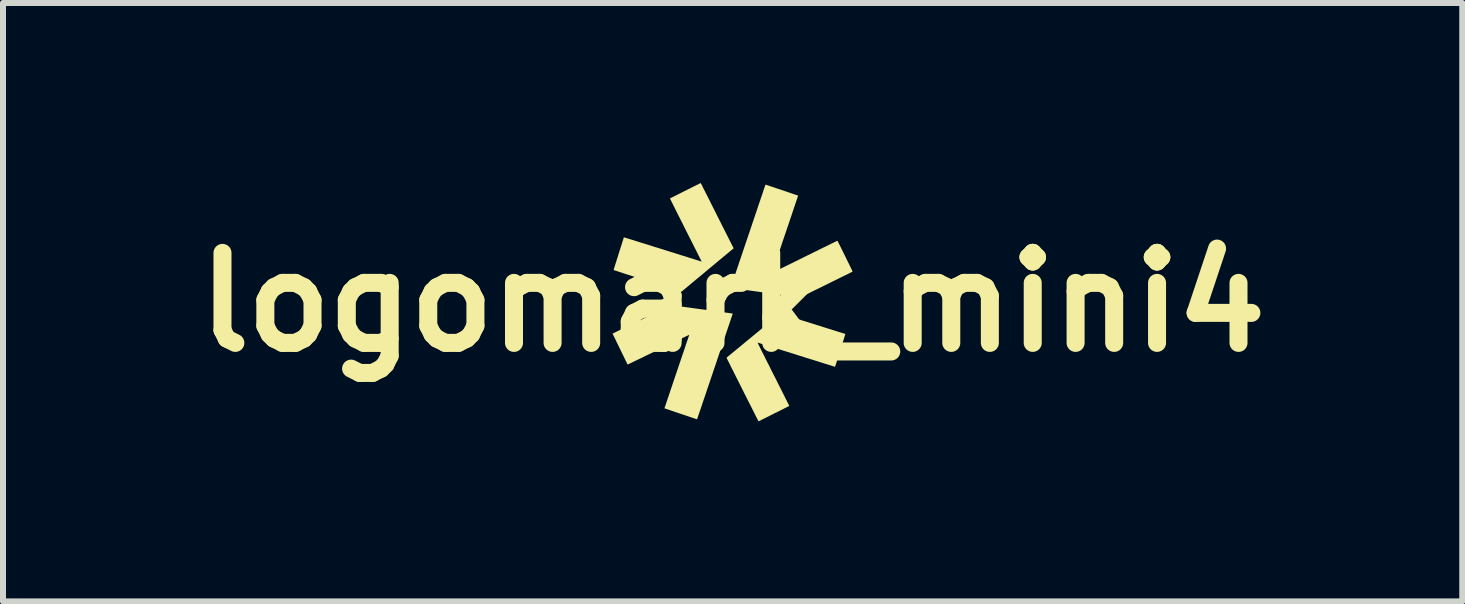
<source format=kicad_pcb>
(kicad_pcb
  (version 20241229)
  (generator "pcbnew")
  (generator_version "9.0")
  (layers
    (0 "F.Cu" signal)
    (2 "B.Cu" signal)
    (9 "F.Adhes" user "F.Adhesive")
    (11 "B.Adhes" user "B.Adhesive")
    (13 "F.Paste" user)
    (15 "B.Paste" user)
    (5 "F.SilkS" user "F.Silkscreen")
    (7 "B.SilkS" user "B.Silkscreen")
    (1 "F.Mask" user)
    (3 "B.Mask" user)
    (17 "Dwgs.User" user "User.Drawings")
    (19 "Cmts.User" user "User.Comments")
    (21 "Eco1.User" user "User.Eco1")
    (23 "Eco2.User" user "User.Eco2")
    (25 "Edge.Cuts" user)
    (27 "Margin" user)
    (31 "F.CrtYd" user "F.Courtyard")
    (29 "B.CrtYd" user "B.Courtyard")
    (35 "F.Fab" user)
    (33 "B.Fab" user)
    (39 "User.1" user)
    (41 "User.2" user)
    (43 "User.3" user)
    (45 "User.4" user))
  (footprint "logomark_mini4"
    (layer "F.Cu")
    (at 9.157 1.985)
    (property "Reference" "logomark_mini4" (at 0 0 0) (layer "F.SilkS") (effects (font (size 1.5 1.5) (thickness 0.3))))
    (attr board_only exclude_from_pos_files exclude_from_bom)
    (fp_poly (pts (xy -0.53 -1.983) (xy -0.528 -1.978) (xy -0.524 -1.97) (xy -0.518 -1.96) (xy -0.511 -1.946) (xy -0.503 -1.929) (xy -0.494 -1.91) (xy -0.483 -1.889) (xy -0.471 -1.865) (xy -0.458 -1.84) (xy -0.444 -1.812) (xy -0.429 -1.782) (xy -0.413 -1.751) (xy -0.396 -1.718) (xy -0.379 -1.683) (xy -0.361 -1.647) (xy -0.342 -1.61) (xy -0.323 -1.572) (xy -0.303 -1.532) (xy -0.288 -1.503) (xy -0.268 -1.462) (xy -0.248 -1.422) (xy -0.228 -1.383) (xy -0.208 -1.344) (xy -0.189 -1.306) (xy -0.171 -1.269) (xy -0.153 -1.234) (xy -0.136 -1.2) (xy -0.119 -1.167) (xy -0.104 -1.137) (xy -0.089 -1.108) (xy -0.076 -1.081) (xy -0.063 -1.056) (xy -0.052 -1.034) (xy -0.042 -1.014) (xy -0.033 -0.997) (xy -0.026 -0.982) (xy -0.02 -0.971) (xy -0.016 -0.962) (xy -0.015 -0.96) (xy 0.017 -0.898) (xy -0.415 -0.539) (xy -0.45 -0.51) (xy -0.484 -0.481) (xy -0.517 -0.453) (xy -0.55 -0.426) (xy -0.582 -0.4) (xy -0.612 -0.375) (xy -0.641 -0.351) (xy -0.669 -0.328) (xy -0.695 -0.306) (xy -0.719 -0.286) (xy -0.742 -0.267) (xy -0.763 -0.249) (xy -0.782 -0.233) (xy -0.799 -0.219) (xy -0.814 -0.207) (xy -0.826 -0.197) (xy -0.836 -0.188) (xy -0.844 -0.182) (xy -0.848 -0.178) (xy -0.851 -0.176) (xy -0.851 -0.176) (xy -0.855 -0.172) (xy -1.419 -0.353) (xy -1.464 -0.368) (xy -1.507 -0.382) (xy -1.55 -0.395) (xy -1.591 -0.409) (xy -1.631 -0.421) (xy -1.67 -0.434) (xy -1.707 -0.446) (xy -1.742 -0.457) (xy -1.776 -0.468) (xy -1.807 -0.478) (xy -1.836 -0.488) (xy -1.863 -0.497) (xy -1.888 -0.505) (xy -1.91 -0.512) (xy -1.93 -0.518) (xy -1.946 -0.524) (xy -1.96 -0.528) (xy -1.971 -0.532) (xy -1.978 -0.534) (xy -1.982 -0.536) (xy -1.983 -0.536) (xy -1.983 -0.538) (xy -1.981 -0.544) (xy -1.979 -0.552) (xy -1.975 -0.563) (xy -1.971 -0.577) (xy -1.966 -0.594) (xy -1.96 -0.612) (xy -1.954 -0.632) (xy -1.947 -0.654) (xy -1.939 -0.678) (xy -1.932 -0.702) (xy -1.924 -0.728) (xy -1.915 -0.754) (xy -1.907 -0.781) (xy -1.899 -0.808) (xy -1.89 -0.835) (xy -1.882 -0.861) (xy -1.873 -0.888) (xy -1.865 -0.913) (xy -1.857 -0.938) (xy -1.85 -0.961) (xy -1.843 -0.983) (xy -1.837 -1.004) (xy -1.831 -1.022) (xy -1.825 -1.039) (xy -1.821 -1.053) (xy -1.817 -1.064) (xy -1.814 -1.073) (xy -1.813 -1.079) (xy -1.812 -1.081) (xy -1.812 -1.081) (xy -1.81 -1.08) (xy -1.805 -1.079) (xy -1.796 -1.076) (xy -1.785 -1.073) (xy -1.77 -1.068) (xy -1.753 -1.063) (xy -1.733 -1.057) (xy -1.71 -1.05) (xy -1.685 -1.042) (xy -1.658 -1.034) (xy -1.629 -1.025) (xy -1.599 -1.015) (xy -1.566 -1.005) (xy -1.532 -0.994) (xy -1.496 -0.983) (xy -1.459 -0.972) (xy -1.421 -0.96) (xy -1.382 -0.948) (xy -1.342 -0.935) (xy -1.302 -0.922) (xy -1.261 -0.91) (xy -1.219 -0.897) (xy -1.178 -0.884) (xy -1.136 -0.871) (xy -1.095 -0.858) (xy -1.054 -0.845) (xy -1.013 -0.832) (xy -0.972 -0.82) (xy -0.933 -0.807) (xy -0.894 -0.795) (xy -0.857 -0.783) (xy -0.82 -0.772) (xy -0.785 -0.761) (xy -0.751 -0.75) (xy -0.719 -0.74) (xy -0.689 -0.731) (xy -0.66 -0.722) (xy -0.634 -0.713) (xy -0.61 -0.706) (xy -0.588 -0.699) (xy -0.569 -0.693) (xy -0.553 -0.688) (xy -0.539 -0.683) (xy -0.529 -0.68) (xy -0.521 -0.678) (xy -0.517 -0.676) (xy -0.517 -0.678) (xy -0.519 -0.682) (xy -0.522 -0.689) (xy -0.527 -0.698) (xy -0.532 -0.708) (xy -0.538 -0.721) (xy -0.541 -0.726) (xy -0.546 -0.736) (xy -0.552 -0.749) (xy -0.56 -0.764) (xy -0.569 -0.782) (xy -0.579 -0.802) (xy -0.59 -0.824) (xy -0.602 -0.848) (xy -0.615 -0.874) (xy -0.629 -0.901) (xy -0.644 -0.93) (xy -0.659 -0.961) (xy -0.675 -0.992) (xy -0.691 -1.025) (xy -0.708 -1.058) (xy -0.726 -1.093) (xy -0.743 -1.127) (xy -0.761 -1.163) (xy -0.779 -1.198) (xy -0.797 -1.234) (xy -0.814 -1.269) (xy -0.832 -1.305) (xy -0.85 -1.34) (xy -0.867 -1.374) (xy -0.884 -1.408) (xy -0.901 -1.441) (xy -0.917 -1.473) (xy -0.932 -1.503) (xy -0.947 -1.533) (xy -0.961 -1.561) (xy -0.974 -1.587) (xy -0.987 -1.612) (xy -0.998 -1.635) (xy -1.008 -1.655) (xy -1.017 -1.674) (xy -1.025 -1.69) (xy -1.032 -1.703) (xy -1.037 -1.714) (xy -1.041 -1.722) (xy -1.044 -1.727) (xy -1.045 -1.728) (xy -1.043 -1.729) (xy -1.038 -1.732) (xy -1.03 -1.736) (xy -1.019 -1.742) (xy -1.006 -1.748) (xy -0.991 -1.756) (xy -0.974 -1.764) (xy -0.955 -1.774) (xy -0.934 -1.784) (xy -0.912 -1.795) (xy -0.889 -1.807) (xy -0.865 -1.819) (xy -0.841 -1.831) (xy -0.816 -1.844) (xy -0.79 -1.856) (xy -0.765 -1.869) (xy -0.74 -1.882) (xy -0.715 -1.894) (xy -0.691 -1.906) (xy -0.668 -1.918) (xy -0.646 -1.929) (xy -0.625 -1.939) (xy -0.606 -1.949) (xy -0.588 -1.957) (xy -0.572 -1.965) (xy -0.559 -1.972) (xy -0.548 -1.977) (xy -0.539 -1.981) (xy -0.534 -1.984) (xy -0.531 -1.985) (xy -0.531 -1.985)) (stroke (width 0) (type solid)) (fill yes) (layer "F.SilkS"))
    (fp_poly (pts (xy 0.799 0.192) (xy 0.805 0.193) (xy 0.814 0.196) (xy 0.826 0.2) (xy 0.84 0.204) (xy 0.858 0.21) (xy 0.878 0.216) (xy 0.901 0.223) (xy 0.925 0.231) (xy 0.952 0.239) (xy 0.98 0.248) (xy 1.011 0.257) (xy 1.042 0.267) (xy 1.076 0.278) (xy 1.11 0.288) (xy 1.145 0.3) (xy 1.181 0.311) (xy 1.218 0.322) (xy 1.256 0.334) (xy 1.294 0.346) (xy 1.332 0.358) (xy 1.37 0.37) (xy 1.407 0.382) (xy 1.445 0.393) (xy 1.482 0.405) (xy 1.518 0.417) (xy 1.554 0.428) (xy 1.589 0.439) (xy 1.622 0.449) (xy 1.654 0.459) (xy 1.685 0.469) (xy 1.714 0.478) (xy 1.741 0.487) (xy 1.767 0.495) (xy 1.79 0.502) (xy 1.81 0.508) (xy 1.829 0.514) (xy 1.844 0.519) (xy 1.857 0.523) (xy 1.867 0.526) (xy 1.874 0.528) (xy 1.877 0.53) (xy 1.877 0.53) (xy 1.877 0.532) (xy 1.876 0.537) (xy 1.873 0.545) (xy 1.87 0.556) (xy 1.866 0.57) (xy 1.861 0.586) (xy 1.855 0.605) (xy 1.849 0.625) (xy 1.842 0.647) (xy 1.835 0.67) (xy 1.828 0.695) (xy 1.82 0.72) (xy 1.811 0.746) (xy 1.803 0.773) (xy 1.795 0.8) (xy 1.786 0.827) (xy 1.778 0.854) (xy 1.769 0.88) (xy 1.761 0.906) (xy 1.754 0.931) (xy 1.746 0.954) (xy 1.739 0.977) (xy 1.732 0.997) (xy 1.726 1.016) (xy 1.721 1.033) (xy 1.716 1.047) (xy 1.712 1.059) (xy 1.709 1.068) (xy 1.707 1.074) (xy 1.706 1.076) (xy 1.706 1.076) (xy 1.704 1.076) (xy 1.699 1.074) (xy 1.69 1.072) (xy 1.678 1.068) (xy 1.663 1.063) (xy 1.646 1.058) (xy 1.625 1.051) (xy 1.602 1.044) (xy 1.576 1.036) (xy 1.548 1.027) (xy 1.517 1.018) (xy 1.484 1.007) (xy 1.449 0.996) (xy 1.413 0.985) (xy 1.374 0.973) (xy 1.334 0.96) (xy 1.292 0.947) (xy 1.249 0.934) (xy 1.204 0.92) (xy 1.159 0.905) (xy 1.112 0.891) (xy 1.064 0.876) (xy 1.06 0.874) (xy 1.012 0.859) (xy 0.965 0.844) (xy 0.92 0.83) (xy 0.875 0.816) (xy 0.832 0.803) (xy 0.79 0.789) (xy 0.749 0.777) (xy 0.711 0.765) (xy 0.674 0.753) (xy 0.639 0.742) (xy 0.606 0.732) (xy 0.575 0.722) (xy 0.547 0.713) (xy 0.521 0.705) (xy 0.497 0.698) (xy 0.476 0.692) (xy 0.458 0.686) (xy 0.443 0.681) (xy 0.431 0.678) (xy 0.422 0.675) (xy 0.417 0.673) (xy 0.415 0.673) (xy 0.415 0.673) (xy 0.415 0.674) (xy 0.418 0.679) (xy 0.422 0.687) (xy 0.427 0.698) (xy 0.434 0.712) (xy 0.442 0.728) (xy 0.452 0.747) (xy 0.462 0.769) (xy 0.474 0.793) (xy 0.487 0.819) (xy 0.501 0.847) (xy 0.517 0.877) (xy 0.533 0.909) (xy 0.549 0.943) (xy 0.567 0.978) (xy 0.585 1.014) (xy 0.605 1.052) (xy 0.624 1.091) (xy 0.644 1.132) (xy 0.665 1.173) (xy 0.679 1.201) (xy 0.7 1.242) (xy 0.721 1.283) (xy 0.741 1.323) (xy 0.76 1.362) (xy 0.779 1.399) (xy 0.797 1.435) (xy 0.815 1.47) (xy 0.831 1.503) (xy 0.847 1.534) (xy 0.862 1.564) (xy 0.875 1.591) (xy 0.888 1.617) (xy 0.9 1.64) (xy 0.91 1.66) (xy 0.919 1.678) (xy 0.927 1.694) (xy 0.933 1.707) (xy 0.938 1.717) (xy 0.942 1.724) (xy 0.943 1.728) (xy 0.944 1.728) (xy 0.942 1.729) (xy 0.937 1.732) (xy 0.929 1.736) (xy 0.919 1.741) (xy 0.906 1.748) (xy 0.89 1.755) (xy 0.873 1.764) (xy 0.854 1.774) (xy 0.834 1.784) (xy 0.812 1.795) (xy 0.789 1.807) (xy 0.765 1.819) (xy 0.74 1.831) (xy 0.715 1.843) (xy 0.69 1.856) (xy 0.665 1.869) (xy 0.64 1.881) (xy 0.615 1.894) (xy 0.591 1.906) (xy 0.568 1.917) (xy 0.546 1.928) (xy 0.525 1.939) (xy 0.506 1.948) (xy 0.488 1.957) (xy 0.472 1.965) (xy 0.459 1.972) (xy 0.448 1.977) (xy 0.44 1.981) (xy 0.434 1.984) (xy 0.432 1.985) (xy 0.432 1.985) (xy 0.431 1.983) (xy 0.428 1.979) (xy 0.424 1.971) (xy 0.418 1.96) (xy 0.411 1.946) (xy 0.403 1.93) (xy 0.393 1.911) (xy 0.382 1.889) (xy 0.37 1.865) (xy 0.357 1.839) (xy 0.343 1.811) (xy 0.328 1.781) (xy 0.312 1.749) (xy 0.295 1.716) (xy 0.277 1.68) (xy 0.258 1.644) (xy 0.239 1.606) (xy 0.22 1.567) (xy 0.199 1.527) (xy 0.179 1.485) (xy 0.164 1.457) (xy 0.143 1.415) (xy 0.123 1.374) (xy 0.103 1.334) (xy 0.083 1.295) (xy 0.064 1.258) (xy 0.046 1.221) (xy 0.028 1.186) (xy 0.012 1.153) (xy -0.004 1.122) (xy -0.019 1.092) (xy -0.033 1.065) (xy -0.045 1.039) (xy -0.057 1.016) (xy -0.067 0.995) (xy -0.077 0.977) (xy -0.084 0.961) (xy -0.091 0.948) (xy -0.096 0.938) (xy -0.099 0.931) (xy -0.101 0.927) (xy -0.102 0.926) (xy -0.1 0.924) (xy -0.096 0.921) (xy -0.089 0.915) (xy -0.08 0.907) (xy -0.068 0.897) (xy -0.054 0.885) (xy -0.037 0.872) (xy -0.019 0.856) (xy 0.002 0.839) (xy 0.024 0.821) (xy 0.049 0.801) (xy 0.074 0.779) (xy 0.102 0.757) (xy 0.131 0.733) (xy 0.161 0.708) (xy 0.193 0.682) (xy 0.225 0.655) (xy 0.259 0.627) (xy 0.294 0.599) (xy 0.329 0.57) (xy 0.345 0.557) (xy 0.388 0.521) (xy 0.429 0.488) (xy 0.466 0.457) (xy 0.501 0.429) (xy 0.534 0.402) (xy 0.564 0.377) (xy 0.592 0.355) (xy 0.617 0.334) (xy 0.641 0.315) (xy 0.662 0.297) (xy 0.681 0.281) (xy 0.699 0.267) (xy 0.714 0.255) (xy 0.728 0.243) (xy 0.741 0.233) (xy 0.752 0.225) (xy 0.761 0.217) (xy 0.769 0.211) (xy 0.776 0.205) (xy 0.782 0.201) (xy 0.786 0.198) (xy 0.79 0.195) (xy 0.793 0.193) (xy 0.795 0.192) (xy 0.796 0.191) (xy 0.797 0.191)) (stroke (width 0) (type solid)) (fill yes) (layer "F.SilkS"))
    (fp_poly (pts (xy -1.019 0.051) (xy -1.013 0.051) (xy -1.004 0.052) (xy -0.992 0.054) (xy -0.977 0.056) (xy -0.96 0.058) (xy -0.939 0.061) (xy -0.916 0.064) (xy -0.891 0.068) (xy -0.864 0.071) (xy -0.835 0.075) (xy -0.804 0.079) (xy -0.772 0.084) (xy -0.739 0.088) (xy -0.704 0.093) (xy -0.669 0.098) (xy -0.632 0.103) (xy -0.595 0.108) (xy -0.558 0.113) (xy -0.52 0.118) (xy -0.483 0.123) (xy -0.445 0.128) (xy -0.408 0.133) (xy -0.371 0.138) (xy -0.335 0.143) (xy -0.3 0.148) (xy -0.266 0.153) (xy -0.233 0.157) (xy -0.201 0.162) (xy -0.171 0.166) (xy -0.143 0.17) (xy -0.117 0.173) (xy -0.093 0.176) (xy -0.071 0.179) (xy -0.052 0.182) (xy -0.035 0.184) (xy -0.021 0.186) (xy -0.011 0.188) (xy -0.003 0.189) (xy 0.001 0.19) (xy 0.002 0.19) (xy 0.001 0.191) (xy -0.001 0.197) (xy -0.003 0.205) (xy -0.007 0.217) (xy -0.012 0.231) (xy -0.018 0.249) (xy -0.025 0.269) (xy -0.032 0.292) (xy -0.041 0.317) (xy -0.05 0.345) (xy -0.06 0.375) (xy -0.071 0.407) (xy -0.083 0.442) (xy -0.095 0.477) (xy -0.107 0.515) (xy -0.121 0.554) (xy -0.134 0.595) (xy -0.149 0.637) (xy -0.163 0.681) (xy -0.178 0.725) (xy -0.193 0.77) (xy -0.209 0.816) (xy -0.225 0.863) (xy -0.241 0.911) (xy -0.257 0.958) (xy -0.273 1.007) (xy -0.289 1.055) (xy -0.306 1.103) (xy -0.322 1.151) (xy -0.338 1.199) (xy -0.354 1.247) (xy -0.37 1.294) (xy -0.386 1.341) (xy -0.402 1.387) (xy -0.417 1.432) (xy -0.432 1.476) (xy -0.446 1.519) (xy -0.46 1.56) (xy -0.474 1.601) (xy -0.487 1.639) (xy -0.5 1.676) (xy -0.511 1.712) (xy -0.523 1.745) (xy -0.533 1.777) (xy -0.543 1.806) (xy -0.553 1.833) (xy -0.561 1.857) (xy -0.568 1.879) (xy -0.575 1.899) (xy -0.581 1.915) (xy -0.585 1.929) (xy -0.589 1.939) (xy -0.591 1.947) (xy -0.593 1.951) (xy -0.593 1.951) (xy -0.595 1.951) (xy -0.6 1.949) (xy -0.609 1.946) (xy -0.62 1.943) (xy -0.634 1.938) (xy -0.651 1.932) (xy -0.67 1.926) (xy -0.691 1.919) (xy -0.714 1.911) (xy -0.739 1.902) (xy -0.766 1.893) (xy -0.794 1.884) (xy -0.823 1.874) (xy -0.853 1.864) (xy -0.865 1.86) (xy -0.895 1.85) (xy -0.925 1.84) (xy -0.954 1.83) (xy -0.981 1.821) (xy -1.006 1.812) (xy -1.03 1.804) (xy -1.052 1.796) (xy -1.072 1.79) (xy -1.089 1.784) (xy -1.104 1.779) (xy -1.117 1.775) (xy -1.126 1.771) (xy -1.132 1.769) (xy -1.136 1.768) (xy -1.136 1.768) (xy -1.135 1.766) (xy -1.134 1.761) (xy -1.131 1.752) (xy -1.127 1.741) (xy -1.122 1.726) (xy -1.116 1.709) (xy -1.109 1.688) (xy -1.102 1.665) (xy -1.093 1.64) (xy -1.084 1.612) (xy -1.073 1.582) (xy -1.063 1.55) (xy -1.051 1.515) (xy -1.039 1.479) (xy -1.026 1.441) (xy -1.013 1.402) (xy -0.999 1.361) (xy -0.985 1.318) (xy -0.97 1.275) (xy -0.955 1.23) (xy -0.939 1.184) (xy -0.93 1.156) (xy -0.914 1.109) (xy -0.899 1.064) (xy -0.884 1.02) (xy -0.869 0.976) (xy -0.855 0.935) (xy -0.841 0.894) (xy -0.828 0.855) (xy -0.815 0.818) (xy -0.803 0.782) (xy -0.792 0.749) (xy -0.782 0.718) (xy -0.772 0.688) (xy -0.763 0.661) (xy -0.754 0.637) (xy -0.747 0.615) (xy -0.74 0.596) (xy -0.735 0.579) (xy -0.73 0.566) (xy -0.727 0.555) (xy -0.725 0.548) (xy -0.723 0.544) (xy -0.723 0.543) (xy -0.725 0.544) (xy -0.73 0.546) (xy -0.738 0.55) (xy -0.749 0.556) (xy -0.762 0.562) (xy -0.779 0.57) (xy -0.798 0.579) (xy -0.82 0.59) (xy -0.844 0.601) (xy -0.87 0.614) (xy -0.898 0.628) (xy -0.928 0.642) (xy -0.96 0.658) (xy -0.994 0.674) (xy -1.029 0.691) (xy -1.065 0.709) (xy -1.103 0.727) (xy -1.142 0.746) (xy -1.182 0.765) (xy -1.223 0.785) (xy -1.236 0.791) (xy -1.277 0.811) (xy -1.317 0.831) (xy -1.357 0.85) (xy -1.395 0.868) (xy -1.432 0.886) (xy -1.468 0.903) (xy -1.502 0.92) (xy -1.534 0.936) (xy -1.565 0.95) (xy -1.594 0.964) (xy -1.621 0.977) (xy -1.645 0.989) (xy -1.668 1) (xy -1.688 1.01) (xy -1.705 1.018) (xy -1.72 1.025) (xy -1.732 1.031) (xy -1.741 1.035) (xy -1.747 1.038) (xy -1.749 1.039) (xy -1.749 1.039) (xy -1.75 1.038) (xy -1.753 1.033) (xy -1.757 1.025) (xy -1.762 1.015) (xy -1.768 1.002) (xy -1.776 0.987) (xy -1.784 0.97) (xy -1.793 0.951) (xy -1.804 0.93) (xy -1.814 0.908) (xy -1.825 0.885) (xy -1.837 0.861) (xy -1.849 0.836) (xy -1.861 0.811) (xy -1.874 0.786) (xy -1.886 0.76) (xy -1.898 0.735) (xy -1.91 0.71) (xy -1.922 0.686) (xy -1.934 0.662) (xy -1.944 0.64) (xy -1.954 0.619) (xy -1.964 0.6) (xy -1.972 0.582) (xy -1.98 0.566) (xy -1.987 0.552) (xy -1.992 0.541) (xy -1.996 0.532) (xy -1.999 0.526) (xy -2 0.524) (xy -2 0.523) (xy -1.998 0.522) (xy -1.993 0.52) (xy -1.985 0.516) (xy -1.974 0.511) (xy -1.96 0.504) (xy -1.944 0.496) (xy -1.926 0.487) (xy -1.905 0.477) (xy -1.882 0.466) (xy -1.857 0.454) (xy -1.83 0.441) (xy -1.802 0.427) (xy -1.773 0.413) (xy -1.742 0.398) (xy -1.71 0.382) (xy -1.677 0.367) (xy -1.644 0.35) (xy -1.609 0.334) (xy -1.575 0.317) (xy -1.54 0.3) (xy -1.504 0.283) (xy -1.469 0.266) (xy -1.434 0.249) (xy -1.4 0.232) (xy -1.366 0.216) (xy -1.332 0.2) (xy -1.3 0.184) (xy -1.268 0.169) (xy -1.238 0.154) (xy -1.209 0.14) (xy -1.181 0.127) (xy -1.155 0.114) (xy -1.131 0.103) (xy -1.109 0.092) (xy -1.089 0.082) (xy -1.071 0.074) (xy -1.056 0.067) (xy -1.043 0.061) (xy -1.033 0.056) (xy -1.026 0.052) (xy -1.022 0.051) (xy -1.021 0.05)) (stroke (width 0) (type solid)) (fill yes) (layer "F.SilkS"))
    (fp_poly (pts (xy 0.551 -1.958) (xy 0.556 -1.957) (xy 0.564 -1.954) (xy 0.575 -1.95) (xy 0.589 -1.946) (xy 0.605 -1.94) (xy 0.623 -1.934) (xy 0.644 -1.927) (xy 0.665 -1.92) (xy 0.689 -1.912) (xy 0.713 -1.904) (xy 0.738 -1.895) (xy 0.764 -1.887) (xy 0.791 -1.878) (xy 0.818 -1.869) (xy 0.844 -1.86) (xy 0.871 -1.851) (xy 0.897 -1.842) (xy 0.923 -1.833) (xy 0.947 -1.825) (xy 0.97 -1.817) (xy 0.993 -1.809) (xy 1.013 -1.802) (xy 1.031 -1.796) (xy 1.048 -1.79) (xy 1.062 -1.786) (xy 1.074 -1.782) (xy 1.082 -1.779) (xy 1.088 -1.777) (xy 1.091 -1.776) (xy 1.091 -1.776) (xy 1.09 -1.774) (xy 1.089 -1.769) (xy 1.086 -1.76) (xy 1.082 -1.748) (xy 1.077 -1.734) (xy 1.071 -1.716) (xy 1.064 -1.696) (xy 1.056 -1.673) (xy 1.048 -1.647) (xy 1.038 -1.619) (xy 1.028 -1.589) (xy 1.017 -1.556) (xy 1.006 -1.522) (xy 0.993 -1.485) (xy 0.981 -1.447) (xy 0.967 -1.407) (xy 0.953 -1.366) (xy 0.939 -1.323) (xy 0.924 -1.279) (xy 0.908 -1.233) (xy 0.893 -1.187) (xy 0.877 -1.14) (xy 0.874 -1.132) (xy 0.858 -1.085) (xy 0.842 -1.038) (xy 0.827 -0.993) (xy 0.812 -0.949) (xy 0.798 -0.905) (xy 0.783 -0.864) (xy 0.77 -0.824) (xy 0.757 -0.785) (xy 0.745 -0.748) (xy 0.733 -0.714) (xy 0.722 -0.681) (xy 0.711 -0.65) (xy 0.702 -0.622) (xy 0.693 -0.596) (xy 0.685 -0.572) (xy 0.678 -0.552) (xy 0.672 -0.534) (xy 0.667 -0.518) (xy 0.663 -0.506) (xy 0.66 -0.497) (xy 0.658 -0.492) (xy 0.658 -0.489) (xy 0.658 -0.489) (xy 0.659 -0.49) (xy 0.664 -0.492) (xy 0.672 -0.496) (xy 0.683 -0.502) (xy 0.697 -0.508) (xy 0.714 -0.517) (xy 0.733 -0.526) (xy 0.754 -0.536) (xy 0.778 -0.548) (xy 0.805 -0.561) (xy 0.833 -0.575) (xy 0.863 -0.59) (xy 0.895 -0.606) (xy 0.929 -0.622) (xy 0.965 -0.64) (xy 1.002 -0.658) (xy 1.04 -0.677) (xy 1.079 -0.696) (xy 1.12 -0.716) (xy 1.162 -0.737) (xy 1.2 -0.756) (xy 1.242 -0.777) (xy 1.284 -0.797) (xy 1.324 -0.817) (xy 1.364 -0.837) (xy 1.402 -0.855) (xy 1.439 -0.874) (xy 1.474 -0.891) (xy 1.508 -0.908) (xy 1.54 -0.923) (xy 1.57 -0.938) (xy 1.599 -0.952) (xy 1.625 -0.965) (xy 1.649 -0.977) (xy 1.67 -0.987) (xy 1.689 -0.997) (xy 1.706 -1.005) (xy 1.719 -1.011) (xy 1.73 -1.017) (xy 1.738 -1.021) (xy 1.743 -1.023) (xy 1.744 -1.024) (xy 1.745 -1.023) (xy 1.747 -1.021) (xy 1.749 -1.017) (xy 1.753 -1.01) (xy 1.757 -1.002) (xy 1.762 -0.992) (xy 1.768 -0.98) (xy 1.776 -0.965) (xy 1.785 -0.948) (xy 1.795 -0.928) (xy 1.806 -0.905) (xy 1.818 -0.88) (xy 1.833 -0.851) (xy 1.848 -0.82) (xy 1.865 -0.785) (xy 1.874 -0.768) (xy 1.888 -0.739) (xy 1.902 -0.71) (xy 1.915 -0.683) (xy 1.928 -0.658) (xy 1.94 -0.633) (xy 1.951 -0.611) (xy 1.961 -0.59) (xy 1.97 -0.571) (xy 1.978 -0.554) (xy 1.985 -0.54) (xy 1.99 -0.528) (xy 1.995 -0.519) (xy 1.997 -0.513) (xy 1.999 -0.51) (xy 1.999 -0.509) (xy 1.997 -0.508) (xy 1.992 -0.506) (xy 1.984 -0.502) (xy 1.973 -0.496) (xy 1.959 -0.49) (xy 1.943 -0.481) (xy 1.924 -0.472) (xy 1.903 -0.461) (xy 1.879 -0.45) (xy 1.853 -0.437) (xy 1.826 -0.424) (xy 1.796 -0.409) (xy 1.765 -0.394) (xy 1.733 -0.378) (xy 1.699 -0.361) (xy 1.664 -0.344) (xy 1.627 -0.326) (xy 1.59 -0.307) (xy 1.563 -0.294) (xy 1.512 -0.269) (xy 1.464 -0.245) (xy 1.419 -0.223) (xy 1.377 -0.203) (xy 1.339 -0.184) (xy 1.303 -0.166) (xy 1.271 -0.15) (xy 1.241 -0.136) (xy 1.215 -0.124) (xy 1.192 -0.113) (xy 1.173 -0.103) (xy 1.157 -0.095) (xy 1.143 -0.089) (xy 1.134 -0.085) (xy 1.127 -0.082) (xy 1.124 -0.08) (xy 1.124 -0.08) (xy 1.122 -0.081) (xy 1.116 -0.081) (xy 1.106 -0.083) (xy 1.094 -0.084) (xy 1.078 -0.086) (xy 1.06 -0.089) (xy 1.038 -0.092) (xy 1.014 -0.095) (xy 0.987 -0.099) (xy 0.958 -0.103) (xy 0.927 -0.107) (xy 0.893 -0.111) (xy 0.858 -0.116) (xy 0.82 -0.121) (xy 0.781 -0.127) (xy 0.741 -0.132) (xy 0.699 -0.138) (xy 0.655 -0.144) (xy 0.611 -0.15) (xy 0.565 -0.156) (xy 0.543 -0.159) (xy 0.497 -0.165) (xy 0.452 -0.171) (xy 0.408 -0.177) (xy 0.366 -0.183) (xy 0.324 -0.189) (xy 0.285 -0.194) (xy 0.247 -0.199) (xy 0.21 -0.204) (xy 0.176 -0.209) (xy 0.144 -0.213) (xy 0.114 -0.218) (xy 0.086 -0.221) (xy 0.061 -0.225) (xy 0.039 -0.228) (xy 0.019 -0.231) (xy 0.002 -0.233) (xy -0.011 -0.235) (xy -0.022 -0.236) (xy -0.029 -0.237) (xy -0.033 -0.238) (xy -0.033 -0.238) (xy -0.033 -0.24) (xy -0.031 -0.245) (xy -0.028 -0.253) (xy -0.024 -0.265) (xy -0.019 -0.28) (xy -0.013 -0.298) (xy -0.006 -0.318) (xy 0.002 -0.342) (xy 0.01 -0.368) (xy 0.02 -0.397) (xy 0.03 -0.428) (xy 0.042 -0.461) (xy 0.054 -0.497) (xy 0.066 -0.534) (xy 0.08 -0.574) (xy 0.094 -0.616) (xy 0.108 -0.659) (xy 0.124 -0.704) (xy 0.139 -0.751) (xy 0.156 -0.799) (xy 0.172 -0.848) (xy 0.189 -0.899) (xy 0.207 -0.951) (xy 0.224 -1.003) (xy 0.243 -1.057) (xy 0.243 -1.057) (xy 0.261 -1.111) (xy 0.279 -1.164) (xy 0.297 -1.217) (xy 0.314 -1.268) (xy 0.331 -1.319) (xy 0.348 -1.368) (xy 0.364 -1.416) (xy 0.379 -1.462) (xy 0.395 -1.507) (xy 0.409 -1.55) (xy 0.423 -1.592) (xy 0.436 -1.631) (xy 0.449 -1.669) (xy 0.461 -1.704) (xy 0.472 -1.737) (xy 0.483 -1.768) (xy 0.492 -1.796) (xy 0.501 -1.822) (xy 0.508 -1.844) (xy 0.515 -1.865) (xy 0.521 -1.882) (xy 0.526 -1.896) (xy 0.529 -1.906) (xy 0.532 -1.914) (xy 0.533 -1.918) (xy 0.537 -1.929) (xy 0.541 -1.94) (xy 0.544 -1.948) (xy 0.547 -1.955) (xy 0.548 -1.958) (xy 0.549 -1.959)) (stroke (width 0) (type solid)) (fill yes) (layer "F.SilkS")))
  (gr_rect
    (start -3 -3)
    (end 21.314 6.97)
    (stroke (width 0.1) (type default))
    (fill no)
    (layer "Edge.Cuts")))
</source>
